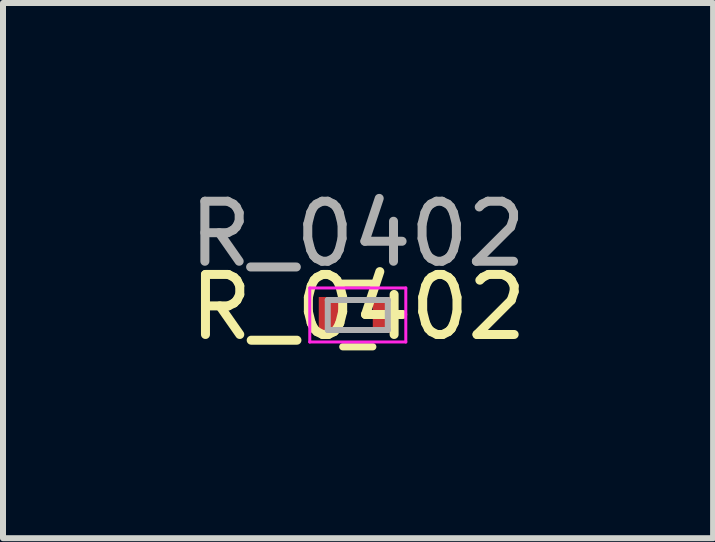
<source format=kicad_pcb>
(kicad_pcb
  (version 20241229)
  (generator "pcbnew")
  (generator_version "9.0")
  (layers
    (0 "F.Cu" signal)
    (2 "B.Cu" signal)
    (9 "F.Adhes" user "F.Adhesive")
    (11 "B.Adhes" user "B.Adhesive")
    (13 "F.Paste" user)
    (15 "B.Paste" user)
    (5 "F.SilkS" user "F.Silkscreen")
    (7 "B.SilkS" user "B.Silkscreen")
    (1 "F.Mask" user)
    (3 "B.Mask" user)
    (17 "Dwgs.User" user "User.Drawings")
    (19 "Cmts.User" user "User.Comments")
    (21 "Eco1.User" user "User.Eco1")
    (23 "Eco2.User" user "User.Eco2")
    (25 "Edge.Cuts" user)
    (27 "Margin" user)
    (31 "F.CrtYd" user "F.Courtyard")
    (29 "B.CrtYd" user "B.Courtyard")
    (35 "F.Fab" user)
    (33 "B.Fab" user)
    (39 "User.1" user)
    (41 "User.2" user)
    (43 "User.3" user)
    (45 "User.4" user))
  (footprint "R_0402"
    (layer "F.Cu")
    (at 2.911 2.198)
    (property "Reference" "R_0402" (at 0.01 -0.13 180) (layer "F.SilkS") (effects (font (size 1 1) (thickness 0.15))))
    (attr smd)
    (fp_line (start -0.25 0.53) (end 0.25 0.53) (stroke (width 0.12) (type solid)) (layer "F.SilkS"))
    (fp_line (start 0.25 -0.53) (end -0.25 -0.53) (stroke (width 0.12) (type solid)) (layer "F.SilkS"))
    (fp_line (start -0.8 -0.45) (end -0.8 0.45) (stroke (width 0.05) (type solid)) (layer "F.CrtYd"))
    (fp_line (start -0.8 -0.45) (end 0.8 -0.45) (stroke (width 0.05) (type solid)) (layer "F.CrtYd"))
    (fp_line (start 0.8 0.45) (end -0.8 0.45) (stroke (width 0.05) (type solid)) (layer "F.CrtYd"))
    (fp_line (start 0.8 0.45) (end 0.8 -0.45) (stroke (width 0.05) (type solid)) (layer "F.CrtYd"))
    (fp_line (start -0.5 -0.25) (end 0.5 -0.25) (stroke (width 0.1) (type solid)) (layer "F.Fab"))
    (fp_line (start -0.5 0.25) (end -0.5 -0.25) (stroke (width 0.1) (type solid)) (layer "F.Fab"))
    (fp_line (start 0.5 -0.25) (end 0.5 0.25) (stroke (width 0.1) (type solid)) (layer "F.Fab"))
    (fp_line (start 0.5 0.25) (end -0.5 0.25) (stroke (width 0.1) (type solid)) (layer "F.Fab"))
    (fp_text user "${REFERENCE}" (at 0 -1.35 180) (layer "F.Fab") (effects (font (size 1 1) (thickness 0.15))))
    (pad "1" smd rect (at -0.45 0) (size 0.4 0.6) (layers "F.Cu" "F.Mask" "F.Paste"))
    (pad "2" smd rect (at 0.45 0) (size 0.4 0.6) (layers "F.Cu" "F.Mask" "F.Paste")))
  (gr_rect
    (start -3 -3)
    (end 8.831 5.917)
    (stroke (width 0.1) (type default))
    (fill no)
    (layer "Edge.Cuts")))
</source>
